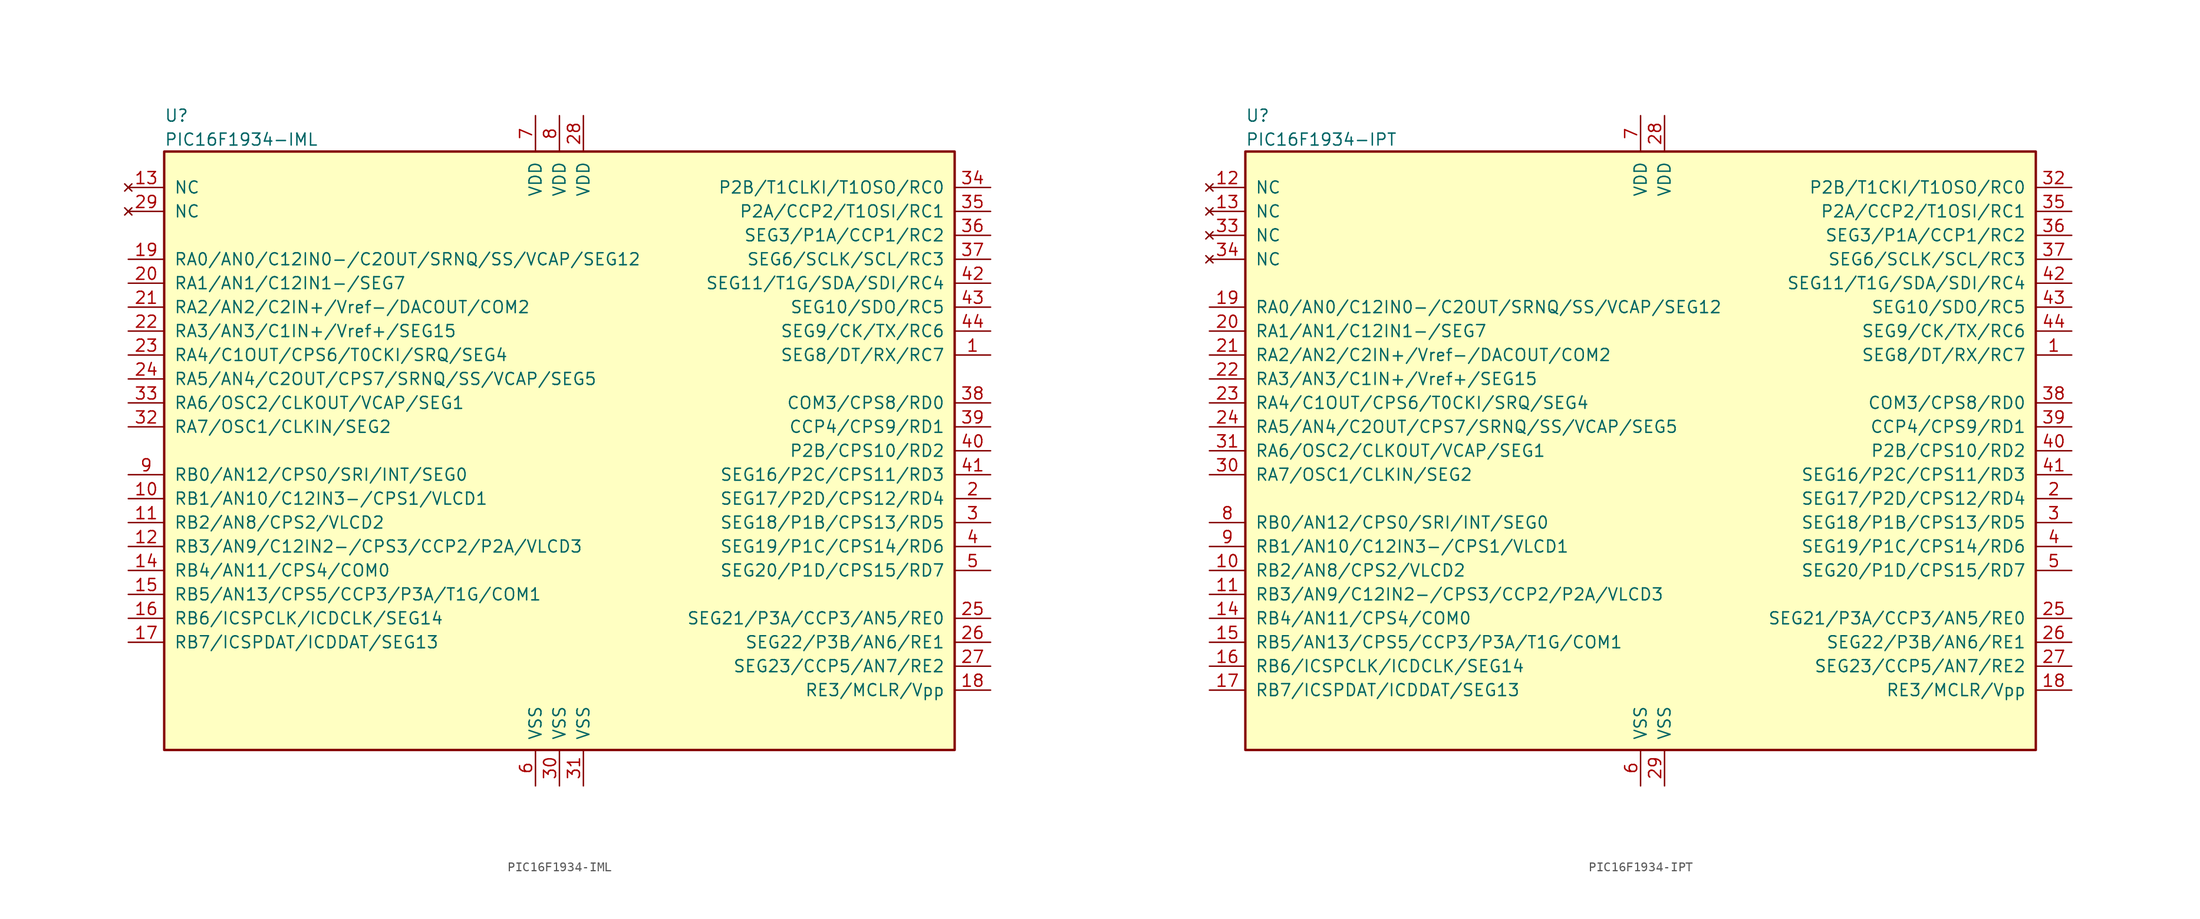
<source format=kicad_sym>
(kicad_symbol_lib
  (version 20211014)
  (generator kicad_symbol_editor)
  (symbol "PIC16F1934-IML"
    (pin_names
      (offset 1.016))
    (property "Reference" "U"
      (at -41.91 35.56 0)
      (effects (font (size 1.27 1.27)) (justify left)))
    (property "Value" "PIC16F1934-IML"
      (at -41.91 33.02 0)
      (effects (font (size 1.27 1.27)) (justify left)))
    (symbol "PIC16F1934-IML_0_1"
      (rectangle (start -41.91 31.75) (end 41.91 -31.75) (stroke (width 0.254) (type default) (color 0 0 0 0)) (fill (type background))))
    (symbol "PIC16F1934-IML_1_1"
      (pin bidirectional line (at 45.72 10.16 180) (length 3.81) (name "SEG8/DT/RX/RC7" (effects (font (size 1.27 1.27)))) (number "1" (effects (font (size 1.27 1.27)))))
      (pin bidirectional line (at -45.72 -5.08 0) (length 3.81) (name "RB1/AN10/C12IN3-/CPS1/VLCD1" (effects (font (size 1.27 1.27)))) (number "10" (effects (font (size 1.27 1.27)))))
      (pin bidirectional line (at -45.72 -7.62 0) (length 3.81) (name "RB2/AN8/CPS2/VLCD2" (effects (font (size 1.27 1.27)))) (number "11" (effects (font (size 1.27 1.27)))))
      (pin bidirectional line (at -45.72 -10.16 0) (length 3.81) (name "RB3/AN9/C12IN2-/CPS3/CCP2/P2A/VLCD3" (effects (font (size 1.27 1.27)))) (number "12" (effects (font (size 1.27 1.27)))))
      (pin no_connect line (at -45.72 27.94 0) (length 3.81) (name "NC" (effects (font (size 1.27 1.27)))) (number "13" (effects (font (size 1.27 1.27)))))
      (pin bidirectional line (at -45.72 -12.7 0) (length 3.81) (name "RB4/AN11/CPS4/COM0" (effects (font (size 1.27 1.27)))) (number "14" (effects (font (size 1.27 1.27)))))
      (pin bidirectional line (at -45.72 -15.24 0) (length 3.81) (name "RB5/AN13/CPS5/CCP3/P3A/T1G/COM1" (effects (font (size 1.27 1.27)))) (number "15" (effects (font (size 1.27 1.27)))))
      (pin bidirectional line (at -45.72 -17.78 0) (length 3.81) (name "RB6/ICSPCLK/ICDCLK/SEG14" (effects (font (size 1.27 1.27)))) (number "16" (effects (font (size 1.27 1.27)))))
      (pin bidirectional line (at -45.72 -20.32 0) (length 3.81) (name "RB7/ICSPDAT/ICDDAT/SEG13" (effects (font (size 1.27 1.27)))) (number "17" (effects (font (size 1.27 1.27)))))
      (pin bidirectional line (at 45.72 -25.4 180) (length 3.81) (name "RE3/MCLR/Vpp" (effects (font (size 1.27 1.27)))) (number "18" (effects (font (size 1.27 1.27)))))
      (pin bidirectional line (at -45.72 20.32 0) (length 3.81) (name "RA0/AN0/C12IN0-/C2OUT/SRNQ/SS/VCAP/SEG12" (effects (font (size 1.27 1.27)))) (number "19" (effects (font (size 1.27 1.27)))))
      (pin bidirectional line (at 45.72 -5.08 180) (length 3.81) (name "SEG17/P2D/CPS12/RD4" (effects (font (size 1.27 1.27)))) (number "2" (effects (font (size 1.27 1.27)))))
      (pin bidirectional line (at -45.72 17.78 0) (length 3.81) (name "RA1/AN1/C12IN1-/SEG7" (effects (font (size 1.27 1.27)))) (number "20" (effects (font (size 1.27 1.27)))))
      (pin bidirectional line (at -45.72 15.24 0) (length 3.81) (name "RA2/AN2/C2IN+/Vref-/DACOUT/COM2" (effects (font (size 1.27 1.27)))) (number "21" (effects (font (size 1.27 1.27)))))
      (pin bidirectional line (at -45.72 12.7 0) (length 3.81) (name "RA3/AN3/C1IN+/Vref+/SEG15" (effects (font (size 1.27 1.27)))) (number "22" (effects (font (size 1.27 1.27)))))
      (pin bidirectional line (at -45.72 10.16 0) (length 3.81) (name "RA4/C1OUT/CPS6/T0CKI/SRQ/SEG4" (effects (font (size 1.27 1.27)))) (number "23" (effects (font (size 1.27 1.27)))))
      (pin bidirectional line (at -45.72 7.62 0) (length 3.81) (name "RA5/AN4/C2OUT/CPS7/SRNQ/SS/VCAP/SEG5" (effects (font (size 1.27 1.27)))) (number "24" (effects (font (size 1.27 1.27)))))
      (pin bidirectional line (at 45.72 -17.78 180) (length 3.81) (name "SEG21/P3A/CCP3/AN5/RE0" (effects (font (size 1.27 1.27)))) (number "25" (effects (font (size 1.27 1.27)))))
      (pin bidirectional line (at 45.72 -20.32 180) (length 3.81) (name "SEG22/P3B/AN6/RE1" (effects (font (size 1.27 1.27)))) (number "26" (effects (font (size 1.27 1.27)))))
      (pin bidirectional line (at 45.72 -22.86 180) (length 3.81) (name "SEG23/CCP5/AN7/RE2" (effects (font (size 1.27 1.27)))) (number "27" (effects (font (size 1.27 1.27)))))
      (pin power_in line (at 2.54 35.56 270) (length 3.81) (name "VDD" (effects (font (size 1.27 1.27)))) (number "28" (effects (font (size 1.27 1.27)))))
      (pin no_connect line (at -45.72 25.4 0) (length 3.81) (name "NC" (effects (font (size 1.27 1.27)))) (number "29" (effects (font (size 1.27 1.27)))))
      (pin bidirectional line (at 45.72 -7.62 180) (length 3.81) (name "SEG18/P1B/CPS13/RD5" (effects (font (size 1.27 1.27)))) (number "3" (effects (font (size 1.27 1.27)))))
      (pin power_in line (at 0 -35.56 90) (length 3.81) (name "VSS" (effects (font (size 1.27 1.27)))) (number "30" (effects (font (size 1.27 1.27)))))
      (pin power_in line (at 2.54 -35.56 90) (length 3.81) (name "VSS" (effects (font (size 1.27 1.27)))) (number "31" (effects (font (size 1.27 1.27)))))
      (pin bidirectional line (at -45.72 2.54 0) (length 3.81) (name "RA7/OSC1/CLKIN/SEG2" (effects (font (size 1.27 1.27)))) (number "32" (effects (font (size 1.27 1.27)))))
      (pin bidirectional line (at -45.72 5.08 0) (length 3.81) (name "RA6/OSC2/CLKOUT/VCAP/SEG1" (effects (font (size 1.27 1.27)))) (number "33" (effects (font (size 1.27 1.27)))))
      (pin bidirectional line (at 45.72 27.94 180) (length 3.81) (name "P2B/T1CLKI/T1OSO/RC0" (effects (font (size 1.27 1.27)))) (number "34" (effects (font (size 1.27 1.27)))))
      (pin bidirectional line (at 45.72 25.4 180) (length 3.81) (name "P2A/CCP2/T1OSI/RC1" (effects (font (size 1.27 1.27)))) (number "35" (effects (font (size 1.27 1.27)))))
      (pin bidirectional line (at 45.72 22.86 180) (length 3.81) (name "SEG3/P1A/CCP1/RC2" (effects (font (size 1.27 1.27)))) (number "36" (effects (font (size 1.27 1.27)))))
      (pin bidirectional line (at 45.72 20.32 180) (length 3.81) (name "SEG6/SCLK/SCL/RC3" (effects (font (size 1.27 1.27)))) (number "37" (effects (font (size 1.27 1.27)))))
      (pin bidirectional line (at 45.72 5.08 180) (length 3.81) (name "COM3/CPS8/RD0" (effects (font (size 1.27 1.27)))) (number "38" (effects (font (size 1.27 1.27)))))
      (pin bidirectional line (at 45.72 2.54 180) (length 3.81) (name "CCP4/CPS9/RD1" (effects (font (size 1.27 1.27)))) (number "39" (effects (font (size 1.27 1.27)))))
      (pin bidirectional line (at 45.72 -10.16 180) (length 3.81) (name "SEG19/P1C/CPS14/RD6" (effects (font (size 1.27 1.27)))) (number "4" (effects (font (size 1.27 1.27)))))
      (pin bidirectional line (at 45.72 0 180) (length 3.81) (name "P2B/CPS10/RD2" (effects (font (size 1.27 1.27)))) (number "40" (effects (font (size 1.27 1.27)))))
      (pin bidirectional line (at 45.72 -2.54 180) (length 3.81) (name "SEG16/P2C/CPS11/RD3" (effects (font (size 1.27 1.27)))) (number "41" (effects (font (size 1.27 1.27)))))
      (pin bidirectional line (at 45.72 17.78 180) (length 3.81) (name "SEG11/T1G/SDA/SDI/RC4" (effects (font (size 1.27 1.27)))) (number "42" (effects (font (size 1.27 1.27)))))
      (pin bidirectional line (at 45.72 15.24 180) (length 3.81) (name "SEG10/SDO/RC5" (effects (font (size 1.27 1.27)))) (number "43" (effects (font (size 1.27 1.27)))))
      (pin bidirectional line (at 45.72 12.7 180) (length 3.81) (name "SEG9/CK/TX/RC6" (effects (font (size 1.27 1.27)))) (number "44" (effects (font (size 1.27 1.27)))))
      (pin bidirectional line (at 45.72 -12.7 180) (length 3.81) (name "SEG20/P1D/CPS15/RD7" (effects (font (size 1.27 1.27)))) (number "5" (effects (font (size 1.27 1.27)))))
      (pin bidirectional line (at -2.54 -35.56 90) (length 3.81) (name "VSS" (effects (font (size 1.27 1.27)))) (number "6" (effects (font (size 1.27 1.27)))))
      (pin bidirectional line (at -2.54 35.56 270) (length 3.81) (name "VDD" (effects (font (size 1.27 1.27)))) (number "7" (effects (font (size 1.27 1.27)))))
      (pin bidirectional line (at 0 35.56 270) (length 3.81) (name "VDD" (effects (font (size 1.27 1.27)))) (number "8" (effects (font (size 1.27 1.27)))))
      (pin bidirectional line (at -45.72 -2.54 0) (length 3.81) (name "RB0/AN12/CPS0/SRI/INT/SEG0" (effects (font (size 1.27 1.27)))) (number "9" (effects (font (size 1.27 1.27)))))))
  (symbol "PIC16F1934-IPT"
    (pin_names
      (offset 1.016))
    (property "Reference" "U"
      (at -41.91 35.56 0)
      (effects (font (size 1.27 1.27)) (justify left)))
    (property "Value" "PIC16F1934-IPT"
      (at -41.91 33.02 0)
      (effects (font (size 1.27 1.27)) (justify left)))
    (symbol "PIC16F1934-IPT_0_1"
      (rectangle (start -41.91 31.75) (end 41.91 -31.75) (stroke (width 0.254) (type default) (color 0 0 0 0)) (fill (type background))))
    (symbol "PIC16F1934-IPT_1_1"
      (pin bidirectional line (at 45.72 10.16 180) (length 3.81) (name "SEG8/DT/RX/RC7" (effects (font (size 1.27 1.27)))) (number "1" (effects (font (size 1.27 1.27)))))
      (pin bidirectional line (at -45.72 -12.7 0) (length 3.81) (name "RB2/AN8/CPS2/VLCD2" (effects (font (size 1.27 1.27)))) (number "10" (effects (font (size 1.27 1.27)))))
      (pin bidirectional line (at -45.72 -15.24 0) (length 3.81) (name "RB3/AN9/C12IN2-/CPS3/CCP2/P2A/VLCD3" (effects (font (size 1.27 1.27)))) (number "11" (effects (font (size 1.27 1.27)))))
      (pin no_connect line (at -45.72 27.94 0) (length 3.81) (name "NC" (effects (font (size 1.27 1.27)))) (number "12" (effects (font (size 1.27 1.27)))))
      (pin no_connect line (at -45.72 25.4 0) (length 3.81) (name "NC" (effects (font (size 1.27 1.27)))) (number "13" (effects (font (size 1.27 1.27)))))
      (pin bidirectional line (at -45.72 -17.78 0) (length 3.81) (name "RB4/AN11/CPS4/COM0" (effects (font (size 1.27 1.27)))) (number "14" (effects (font (size 1.27 1.27)))))
      (pin bidirectional line (at -45.72 -20.32 0) (length 3.81) (name "RB5/AN13/CPS5/CCP3/P3A/T1G/COM1" (effects (font (size 1.27 1.27)))) (number "15" (effects (font (size 1.27 1.27)))))
      (pin bidirectional line (at -45.72 -22.86 0) (length 3.81) (name "RB6/ICSPCLK/ICDCLK/SEG14" (effects (font (size 1.27 1.27)))) (number "16" (effects (font (size 1.27 1.27)))))
      (pin bidirectional line (at -45.72 -25.4 0) (length 3.81) (name "RB7/ICSPDAT/ICDDAT/SEG13" (effects (font (size 1.27 1.27)))) (number "17" (effects (font (size 1.27 1.27)))))
      (pin bidirectional line (at 45.72 -25.4 180) (length 3.81) (name "RE3/MCLR/Vpp" (effects (font (size 1.27 1.27)))) (number "18" (effects (font (size 1.27 1.27)))))
      (pin bidirectional line (at -45.72 15.24 0) (length 3.81) (name "RA0/AN0/C12IN0-/C2OUT/SRNQ/SS/VCAP/SEG12" (effects (font (size 1.27 1.27)))) (number "19" (effects (font (size 1.27 1.27)))))
      (pin bidirectional line (at 45.72 -5.08 180) (length 3.81) (name "SEG17/P2D/CPS12/RD4" (effects (font (size 1.27 1.27)))) (number "2" (effects (font (size 1.27 1.27)))))
      (pin bidirectional line (at -45.72 12.7 0) (length 3.81) (name "RA1/AN1/C12IN1-/SEG7" (effects (font (size 1.27 1.27)))) (number "20" (effects (font (size 1.27 1.27)))))
      (pin bidirectional line (at -45.72 10.16 0) (length 3.81) (name "RA2/AN2/C2IN+/Vref-/DACOUT/COM2" (effects (font (size 1.27 1.27)))) (number "21" (effects (font (size 1.27 1.27)))))
      (pin bidirectional line (at -45.72 7.62 0) (length 3.81) (name "RA3/AN3/C1IN+/Vref+/SEG15" (effects (font (size 1.27 1.27)))) (number "22" (effects (font (size 1.27 1.27)))))
      (pin bidirectional line (at -45.72 5.08 0) (length 3.81) (name "RA4/C1OUT/CPS6/T0CKI/SRQ/SEG4" (effects (font (size 1.27 1.27)))) (number "23" (effects (font (size 1.27 1.27)))))
      (pin bidirectional line (at -45.72 2.54 0) (length 3.81) (name "RA5/AN4/C2OUT/CPS7/SRNQ/SS/VCAP/SEG5" (effects (font (size 1.27 1.27)))) (number "24" (effects (font (size 1.27 1.27)))))
      (pin bidirectional line (at 45.72 -17.78 180) (length 3.81) (name "SEG21/P3A/CCP3/AN5/RE0" (effects (font (size 1.27 1.27)))) (number "25" (effects (font (size 1.27 1.27)))))
      (pin bidirectional line (at 45.72 -20.32 180) (length 3.81) (name "SEG22/P3B/AN6/RE1" (effects (font (size 1.27 1.27)))) (number "26" (effects (font (size 1.27 1.27)))))
      (pin bidirectional line (at 45.72 -22.86 180) (length 3.81) (name "SEG23/CCP5/AN7/RE2" (effects (font (size 1.27 1.27)))) (number "27" (effects (font (size 1.27 1.27)))))
      (pin power_in line (at 2.54 35.56 270) (length 3.81) (name "VDD" (effects (font (size 1.27 1.27)))) (number "28" (effects (font (size 1.27 1.27)))))
      (pin power_in line (at 2.54 -35.56 90) (length 3.81) (name "VSS" (effects (font (size 1.27 1.27)))) (number "29" (effects (font (size 1.27 1.27)))))
      (pin bidirectional line (at 45.72 -7.62 180) (length 3.81) (name "SEG18/P1B/CPS13/RD5" (effects (font (size 1.27 1.27)))) (number "3" (effects (font (size 1.27 1.27)))))
      (pin bidirectional line (at -45.72 -2.54 0) (length 3.81) (name "RA7/OSC1/CLKIN/SEG2" (effects (font (size 1.27 1.27)))) (number "30" (effects (font (size 1.27 1.27)))))
      (pin bidirectional line (at -45.72 0 0) (length 3.81) (name "RA6/OSC2/CLKOUT/VCAP/SEG1" (effects (font (size 1.27 1.27)))) (number "31" (effects (font (size 1.27 1.27)))))
      (pin bidirectional line (at 45.72 27.94 180) (length 3.81) (name "P2B/T1CKI/T1OSO/RC0" (effects (font (size 1.27 1.27)))) (number "32" (effects (font (size 1.27 1.27)))))
      (pin no_connect line (at -45.72 22.86 0) (length 3.81) (name "NC" (effects (font (size 1.27 1.27)))) (number "33" (effects (font (size 1.27 1.27)))))
      (pin no_connect line (at -45.72 20.32 0) (length 3.81) (name "NC" (effects (font (size 1.27 1.27)))) (number "34" (effects (font (size 1.27 1.27)))))
      (pin bidirectional line (at 45.72 25.4 180) (length 3.81) (name "P2A/CCP2/T1OSI/RC1" (effects (font (size 1.27 1.27)))) (number "35" (effects (font (size 1.27 1.27)))))
      (pin bidirectional line (at 45.72 22.86 180) (length 3.81) (name "SEG3/P1A/CCP1/RC2" (effects (font (size 1.27 1.27)))) (number "36" (effects (font (size 1.27 1.27)))))
      (pin bidirectional line (at 45.72 20.32 180) (length 3.81) (name "SEG6/SCLK/SCL/RC3" (effects (font (size 1.27 1.27)))) (number "37" (effects (font (size 1.27 1.27)))))
      (pin bidirectional line (at 45.72 5.08 180) (length 3.81) (name "COM3/CPS8/RD0" (effects (font (size 1.27 1.27)))) (number "38" (effects (font (size 1.27 1.27)))))
      (pin bidirectional line (at 45.72 2.54 180) (length 3.81) (name "CCP4/CPS9/RD1" (effects (font (size 1.27 1.27)))) (number "39" (effects (font (size 1.27 1.27)))))
      (pin bidirectional line (at 45.72 -10.16 180) (length 3.81) (name "SEG19/P1C/CPS14/RD6" (effects (font (size 1.27 1.27)))) (number "4" (effects (font (size 1.27 1.27)))))
      (pin bidirectional line (at 45.72 0 180) (length 3.81) (name "P2B/CPS10/RD2" (effects (font (size 1.27 1.27)))) (number "40" (effects (font (size 1.27 1.27)))))
      (pin bidirectional line (at 45.72 -2.54 180) (length 3.81) (name "SEG16/P2C/CPS11/RD3" (effects (font (size 1.27 1.27)))) (number "41" (effects (font (size 1.27 1.27)))))
      (pin bidirectional line (at 45.72 17.78 180) (length 3.81) (name "SEG11/T1G/SDA/SDI/RC4" (effects (font (size 1.27 1.27)))) (number "42" (effects (font (size 1.27 1.27)))))
      (pin bidirectional line (at 45.72 15.24 180) (length 3.81) (name "SEG10/SDO/RC5" (effects (font (size 1.27 1.27)))) (number "43" (effects (font (size 1.27 1.27)))))
      (pin bidirectional line (at 45.72 12.7 180) (length 3.81) (name "SEG9/CK/TX/RC6" (effects (font (size 1.27 1.27)))) (number "44" (effects (font (size 1.27 1.27)))))
      (pin bidirectional line (at 45.72 -12.7 180) (length 3.81) (name "SEG20/P1D/CPS15/RD7" (effects (font (size 1.27 1.27)))) (number "5" (effects (font (size 1.27 1.27)))))
      (pin bidirectional line (at 0 -35.56 90) (length 3.81) (name "VSS" (effects (font (size 1.27 1.27)))) (number "6" (effects (font (size 1.27 1.27)))))
      (pin bidirectional line (at 0 35.56 270) (length 3.81) (name "VDD" (effects (font (size 1.27 1.27)))) (number "7" (effects (font (size 1.27 1.27)))))
      (pin bidirectional line (at -45.72 -7.62 0) (length 3.81) (name "RB0/AN12/CPS0/SRI/INT/SEG0" (effects (font (size 1.27 1.27)))) (number "8" (effects (font (size 1.27 1.27)))))
      (pin bidirectional line (at -45.72 -10.16 0) (length 3.81) (name "RB1/AN10/C12IN3-/CPS1/VLCD1" (effects (font (size 1.27 1.27)))) (number "9" (effects (font (size 1.27 1.27))))))))
</source>
